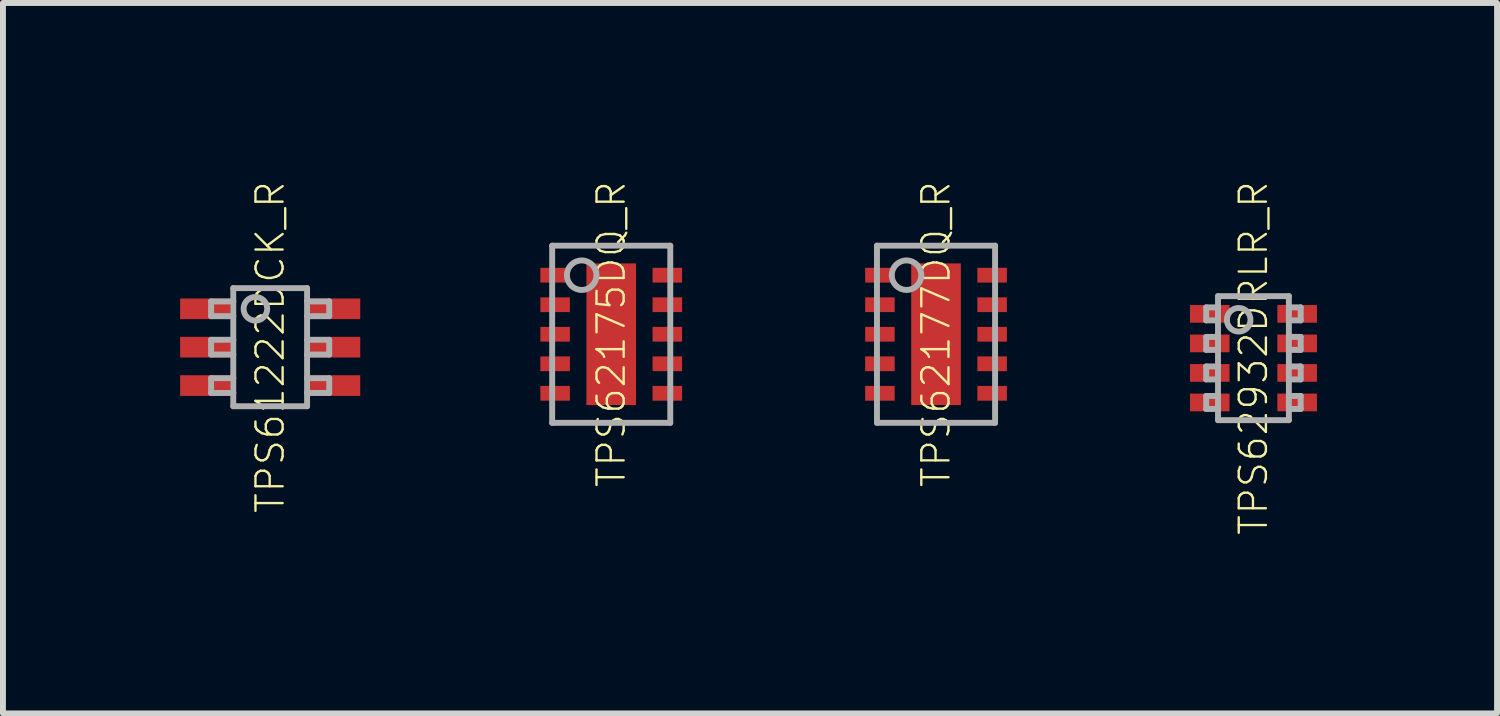
<source format=kicad_pcb>
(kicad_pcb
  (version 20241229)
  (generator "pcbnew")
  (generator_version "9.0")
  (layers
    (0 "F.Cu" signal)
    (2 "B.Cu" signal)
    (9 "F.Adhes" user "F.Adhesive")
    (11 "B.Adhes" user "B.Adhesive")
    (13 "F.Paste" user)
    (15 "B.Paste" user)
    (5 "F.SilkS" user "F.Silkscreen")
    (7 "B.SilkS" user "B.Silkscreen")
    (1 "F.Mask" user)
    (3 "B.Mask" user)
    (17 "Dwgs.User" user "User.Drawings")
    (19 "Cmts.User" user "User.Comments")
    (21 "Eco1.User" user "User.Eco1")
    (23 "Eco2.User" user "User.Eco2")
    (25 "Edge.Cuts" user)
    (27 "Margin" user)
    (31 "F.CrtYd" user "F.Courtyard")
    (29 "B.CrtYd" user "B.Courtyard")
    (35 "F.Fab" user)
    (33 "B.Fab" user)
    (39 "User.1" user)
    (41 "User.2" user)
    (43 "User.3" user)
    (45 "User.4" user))
  (footprint "TPS62177DQ_R"
    (layer "F.Cu")
    (at 12.8 2.61)
    (property "Reference" "TPS62177DQ_R" (at 0 0 90) (unlocked yes) (layer "F.SilkS") (effects (font (size 0.46 0.46) (thickness 0.04))))
    (fp_poly (pts (xy -1.25 -0.825) (xy -0.65 -0.825) (xy -0.65 -1.175) (xy -1.25 -1.175)) (stroke (width 0) (type default)) (fill yes) (layer "F.Mask"))
    (fp_poly (pts (xy -1.25 -0.325) (xy -0.65 -0.325) (xy -0.65 -0.675) (xy -1.25 -0.675)) (stroke (width 0) (type default)) (fill yes) (layer "F.Mask"))
    (fp_poly (pts (xy -1.25 0.175) (xy -0.65 0.175) (xy -0.65 -0.175) (xy -1.25 -0.175)) (stroke (width 0) (type default)) (fill yes) (layer "F.Mask"))
    (fp_poly (pts (xy -1.25 0.675) (xy -0.65 0.675) (xy -0.65 0.325) (xy -1.25 0.325)) (stroke (width 0) (type default)) (fill yes) (layer "F.Mask"))
    (fp_poly (pts (xy -1.25 1.175) (xy -0.65 1.175) (xy -0.65 0.825) (xy -1.25 0.825)) (stroke (width 0) (type default)) (fill yes) (layer "F.Mask"))
    (fp_poly (pts (xy 1.25 -1.175) (xy 0.65 -1.175) (xy 0.65 -0.825) (xy 1.25 -0.825)) (stroke (width 0) (type default)) (fill yes) (layer "F.Mask"))
    (fp_poly (pts (xy 1.25 -0.675) (xy 0.65 -0.675) (xy 0.65 -0.325) (xy 1.25 -0.325)) (stroke (width 0) (type default)) (fill yes) (layer "F.Mask"))
    (fp_poly (pts (xy 1.25 -0.175) (xy 0.65 -0.175) (xy 0.65 0.175) (xy 1.25 0.175)) (stroke (width 0) (type default)) (fill yes) (layer "F.Mask"))
    (fp_poly (pts (xy 1.25 0.325) (xy 0.65 0.325) (xy 0.65 0.675) (xy 1.25 0.675)) (stroke (width 0) (type default)) (fill yes) (layer "F.Mask"))
    (fp_poly (pts (xy 1.25 0.825) (xy 0.65 0.825) (xy 0.65 1.175) (xy 1.25 1.175)) (stroke (width 0) (type default)) (fill yes) (layer "F.Mask"))
    (fp_poly (pts (xy -0.42 -0.1) (xy 0.42 -0.1) (xy 0.42 -1.1) (xy -0.42 -1.1)) (stroke (width 0) (type default)) (fill yes) (layer "F.Paste"))
    (fp_poly (pts (xy -0.42 1.1) (xy 0.42 1.1) (xy 0.42 0.1) (xy -0.42 0.1)) (stroke (width 0) (type default)) (fill yes) (layer "F.Paste"))
    (fp_line (start -1 -1.5) (end -1 1.5) (stroke (width 0.1) (type solid)) (layer "F.Fab"))
    (fp_line (start -1 1.5) (end 1 1.5) (stroke (width 0.1) (type solid)) (layer "F.Fab"))
    (fp_line (start 1 -1.5) (end -1 -1.5) (stroke (width 0.1) (type solid)) (layer "F.Fab"))
    (fp_line (start 1 1.5) (end 1 -1.5) (stroke (width 0.1) (type solid)) (layer "F.Fab"))
    (fp_circle (center -0.5 -1) (end -0.25 -1) (stroke (width 0.1) (type solid)) (fill no) (layer "F.Fab"))
    (pad "0" smd rect (at 0 0) (size 0.84 2.4) (layers "F.Cu" "F.Mask"))
    (pad "1" smd rect (at -0.95 -1) (size 0.5 0.25) (layers "F.Cu" "F.Paste"))
    (pad "2" smd rect (at -0.95 -0.5) (size 0.5 0.25) (layers "F.Cu" "F.Paste"))
    (pad "3" smd rect (at -0.95 0) (size 0.5 0.25) (layers "F.Cu" "F.Paste"))
    (pad "4" smd rect (at -0.95 0.5) (size 0.5 0.25) (layers "F.Cu" "F.Paste"))
    (pad "5" smd rect (at -0.95 1) (size 0.5 0.25) (layers "F.Cu" "F.Paste"))
    (pad "6" smd rect (at 0.95 1) (size 0.5 0.25) (layers "F.Cu" "F.Paste"))
    (pad "7" smd rect (at 0.95 0.5) (size 0.5 0.25) (layers "F.Cu" "F.Paste"))
    (pad "8" smd rect (at 0.95 0) (size 0.5 0.25) (layers "F.Cu" "F.Paste"))
    (pad "9" smd rect (at 0.95 -0.5) (size 0.5 0.25) (layers "F.Cu" "F.Paste"))
    (pad "10" smd rect (at 0.95 -1) (size 0.5 0.25) (layers "F.Cu" "F.Paste")))
  (footprint "TPS62175DQ_R"
    (layer "F.Cu")
    (at 7.3 2.61)
    (property "Reference" "TPS62175DQ_R" (at 0 0 90) (unlocked yes) (layer "F.SilkS") (effects (font (size 0.46 0.46) (thickness 0.04))))
    (fp_poly (pts (xy -1.25 -0.825) (xy -0.65 -0.825) (xy -0.65 -1.175) (xy -1.25 -1.175)) (stroke (width 0) (type default)) (fill yes) (layer "F.Mask"))
    (fp_poly (pts (xy -1.25 -0.325) (xy -0.65 -0.325) (xy -0.65 -0.675) (xy -1.25 -0.675)) (stroke (width 0) (type default)) (fill yes) (layer "F.Mask"))
    (fp_poly (pts (xy -1.25 0.175) (xy -0.65 0.175) (xy -0.65 -0.175) (xy -1.25 -0.175)) (stroke (width 0) (type default)) (fill yes) (layer "F.Mask"))
    (fp_poly (pts (xy -1.25 0.675) (xy -0.65 0.675) (xy -0.65 0.325) (xy -1.25 0.325)) (stroke (width 0) (type default)) (fill yes) (layer "F.Mask"))
    (fp_poly (pts (xy -1.25 1.175) (xy -0.65 1.175) (xy -0.65 0.825) (xy -1.25 0.825)) (stroke (width 0) (type default)) (fill yes) (layer "F.Mask"))
    (fp_poly (pts (xy 1.25 -1.175) (xy 0.65 -1.175) (xy 0.65 -0.825) (xy 1.25 -0.825)) (stroke (width 0) (type default)) (fill yes) (layer "F.Mask"))
    (fp_poly (pts (xy 1.25 -0.675) (xy 0.65 -0.675) (xy 0.65 -0.325) (xy 1.25 -0.325)) (stroke (width 0) (type default)) (fill yes) (layer "F.Mask"))
    (fp_poly (pts (xy 1.25 -0.175) (xy 0.65 -0.175) (xy 0.65 0.175) (xy 1.25 0.175)) (stroke (width 0) (type default)) (fill yes) (layer "F.Mask"))
    (fp_poly (pts (xy 1.25 0.325) (xy 0.65 0.325) (xy 0.65 0.675) (xy 1.25 0.675)) (stroke (width 0) (type default)) (fill yes) (layer "F.Mask"))
    (fp_poly (pts (xy 1.25 0.825) (xy 0.65 0.825) (xy 0.65 1.175) (xy 1.25 1.175)) (stroke (width 0) (type default)) (fill yes) (layer "F.Mask"))
    (fp_poly (pts (xy -0.7 -0.875) (xy -1.2 -0.875) (xy -1.2 -1.125) (xy -0.7 -1.125)) (stroke (width 0) (type default)) (fill yes) (layer "F.Paste"))
    (fp_poly (pts (xy -0.7 -0.375) (xy -1.2 -0.375) (xy -1.2 -0.625) (xy -0.7 -0.625)) (stroke (width 0) (type default)) (fill yes) (layer "F.Paste"))
    (fp_poly (pts (xy -0.7 0.125) (xy -1.2 0.125) (xy -1.2 -0.125) (xy -0.7 -0.125)) (stroke (width 0) (type default)) (fill yes) (layer "F.Paste"))
    (fp_poly (pts (xy -0.7 0.625) (xy -1.2 0.625) (xy -1.2 0.375) (xy -0.7 0.375)) (stroke (width 0) (type default)) (fill yes) (layer "F.Paste"))
    (fp_poly (pts (xy -0.7 1.125) (xy -1.2 1.125) (xy -1.2 0.875) (xy -0.7 0.875)) (stroke (width 0) (type default)) (fill yes) (layer "F.Paste"))
    (fp_poly (pts (xy 0.34 -0.15) (xy -0.34 -0.15) (xy -0.34 -1.05) (xy 0.34 -1.05)) (stroke (width 0) (type default)) (fill yes) (layer "F.Paste"))
    (fp_poly (pts (xy 0.34 1.05) (xy -0.34 1.05) (xy -0.34 0.15) (xy 0.34 0.15)) (stroke (width 0) (type default)) (fill yes) (layer "F.Paste"))
    (fp_poly (pts (xy 1.2 -0.875) (xy 0.7 -0.875) (xy 0.7 -1.125) (xy 1.2 -1.125)) (stroke (width 0) (type default)) (fill yes) (layer "F.Paste"))
    (fp_poly (pts (xy 1.2 -0.375) (xy 0.7 -0.375) (xy 0.7 -0.625) (xy 1.2 -0.625)) (stroke (width 0) (type default)) (fill yes) (layer "F.Paste"))
    (fp_poly (pts (xy 1.2 0.125) (xy 0.7 0.125) (xy 0.7 -0.125) (xy 1.2 -0.125)) (stroke (width 0) (type default)) (fill yes) (layer "F.Paste"))
    (fp_poly (pts (xy 1.2 0.625) (xy 0.7 0.625) (xy 0.7 0.375) (xy 1.2 0.375)) (stroke (width 0) (type default)) (fill yes) (layer "F.Paste"))
    (fp_poly (pts (xy 1.2 1.125) (xy 0.7 1.125) (xy 0.7 0.875) (xy 1.2 0.875)) (stroke (width 0) (type default)) (fill yes) (layer "F.Paste"))
    (fp_line (start -1 -1.5) (end -1 1.5) (stroke (width 0.1) (type solid)) (layer "F.Fab"))
    (fp_line (start -1 1.5) (end 1 1.5) (stroke (width 0.1) (type solid)) (layer "F.Fab"))
    (fp_line (start 1 -1.5) (end -1 -1.5) (stroke (width 0.1) (type solid)) (layer "F.Fab"))
    (fp_line (start 1 1.5) (end 1 -1.5) (stroke (width 0.1) (type solid)) (layer "F.Fab"))
    (fp_circle (center -0.5 -1) (end -0.25 -1) (stroke (width 0.1) (type solid)) (fill no) (layer "F.Fab"))
    (pad "0" smd rect (at 0 0) (size 0.84 2.4) (layers "F.Cu" "F.Mask"))
    (pad "1" smd rect (at -0.95 -1) (size 0.5 0.25) (layers "F.Cu"))
    (pad "2" smd rect (at -0.95 -0.5) (size 0.5 0.25) (layers "F.Cu"))
    (pad "3" smd rect (at -0.95 0) (size 0.5 0.25) (layers "F.Cu"))
    (pad "4" smd rect (at -0.95 0.5) (size 0.5 0.25) (layers "F.Cu"))
    (pad "5" smd rect (at -0.95 1) (size 0.5 0.25) (layers "F.Cu"))
    (pad "6" smd rect (at 0.95 1) (size 0.5 0.25) (layers "F.Cu"))
    (pad "7" smd rect (at 0.95 0.5) (size 0.5 0.25) (layers "F.Cu"))
    (pad "8" smd rect (at 0.95 0) (size 0.5 0.25) (layers "F.Cu"))
    (pad "9" smd rect (at 0.95 -0.5) (size 0.5 0.25) (layers "F.Cu"))
    (pad "10" smd rect (at 0.95 -1) (size 0.5 0.25) (layers "F.Cu")))
  (footprint "TPS62932DRLR_R"
    (layer "F.Cu")
    (at 18.175 3.015)
    (property "Reference" "TPS62932DRLR_R" (at 0 0 90) (unlocked yes) (layer "F.SilkS") (effects (font (size 0.46 0.46) (thickness 0.04))))
    (fp_poly (pts (xy -1.125 -0.55) (xy -0.355 -0.55) (xy -0.355 -0.95) (xy -1.125 -0.95)) (stroke (width 0) (type default)) (fill yes) (layer "F.Mask"))
    (fp_poly (pts (xy -1.125 -0.05) (xy -0.355 -0.05) (xy -0.355 -0.45) (xy -1.125 -0.45)) (stroke (width 0) (type default)) (fill yes) (layer "F.Mask"))
    (fp_poly (pts (xy -1.125 0.45) (xy -0.355 0.45) (xy -0.355 0.05) (xy -1.125 0.05)) (stroke (width 0) (type default)) (fill yes) (layer "F.Mask"))
    (fp_poly (pts (xy -1.125 0.95) (xy -0.355 0.95) (xy -0.355 0.55) (xy -1.125 0.55)) (stroke (width 0) (type default)) (fill yes) (layer "F.Mask"))
    (fp_poly (pts (xy 1.125 -0.95) (xy 0.355 -0.95) (xy 0.355 -0.55) (xy 1.125 -0.55)) (stroke (width 0) (type default)) (fill yes) (layer "F.Mask"))
    (fp_poly (pts (xy 1.125 -0.45) (xy 0.355 -0.45) (xy 0.355 -0.05) (xy 1.125 -0.05)) (stroke (width 0) (type default)) (fill yes) (layer "F.Mask"))
    (fp_poly (pts (xy 1.125 0.05) (xy 0.355 0.05) (xy 0.355 0.45) (xy 1.125 0.45)) (stroke (width 0) (type default)) (fill yes) (layer "F.Mask"))
    (fp_poly (pts (xy 1.125 0.55) (xy 0.355 0.55) (xy 0.355 0.95) (xy 1.125 0.95)) (stroke (width 0) (type default)) (fill yes) (layer "F.Mask"))
    (fp_poly (pts (xy -0.405 -0.6) (xy -1.075 -0.6) (xy -1.075 -0.9) (xy -0.405 -0.9)) (stroke (width 0) (type default)) (fill yes) (layer "F.Paste"))
    (fp_poly (pts (xy -0.405 -0.1) (xy -1.075 -0.1) (xy -1.075 -0.4) (xy -0.405 -0.4)) (stroke (width 0) (type default)) (fill yes) (layer "F.Paste"))
    (fp_poly (pts (xy -0.405 0.4) (xy -1.075 0.4) (xy -1.075 0.1) (xy -0.405 0.1)) (stroke (width 0) (type default)) (fill yes) (layer "F.Paste"))
    (fp_poly (pts (xy -0.405 0.9) (xy -1.075 0.9) (xy -1.075 0.6) (xy -0.405 0.6)) (stroke (width 0) (type default)) (fill yes) (layer "F.Paste"))
    (fp_poly (pts (xy 1.075 -0.6) (xy 0.405 -0.6) (xy 0.405 -0.9) (xy 1.075 -0.9)) (stroke (width 0) (type default)) (fill yes) (layer "F.Paste"))
    (fp_poly (pts (xy 1.075 -0.1) (xy 0.405 -0.1) (xy 0.405 -0.4) (xy 1.075 -0.4)) (stroke (width 0) (type default)) (fill yes) (layer "F.Paste"))
    (fp_poly (pts (xy 1.075 0.4) (xy 0.405 0.4) (xy 0.405 0.1) (xy 1.075 0.1)) (stroke (width 0) (type default)) (fill yes) (layer "F.Paste"))
    (fp_poly (pts (xy 1.075 0.9) (xy 0.405 0.9) (xy 0.405 0.6) (xy 1.075 0.6)) (stroke (width 0) (type default)) (fill yes) (layer "F.Paste"))
    (fp_line (start -0.8 -0.86) (end -0.8 -0.64) (stroke (width 0.1) (type solid)) (layer "F.Fab"))
    (fp_line (start -0.8 -0.64) (end -0.6 -0.64) (stroke (width 0.1) (type solid)) (layer "F.Fab"))
    (fp_line (start -0.8 -0.36) (end -0.8 -0.14) (stroke (width 0.1) (type solid)) (layer "F.Fab"))
    (fp_line (start -0.8 -0.14) (end -0.6 -0.14) (stroke (width 0.1) (type solid)) (layer "F.Fab"))
    (fp_line (start -0.8 0.14) (end -0.8 0.36) (stroke (width 0.1) (type solid)) (layer "F.Fab"))
    (fp_line (start -0.8 0.36) (end -0.6 0.36) (stroke (width 0.1) (type solid)) (layer "F.Fab"))
    (fp_line (start -0.8 0.64) (end -0.8 0.86) (stroke (width 0.1) (type solid)) (layer "F.Fab"))
    (fp_line (start -0.8 0.86) (end -0.6 0.86) (stroke (width 0.1) (type solid)) (layer "F.Fab"))
    (fp_line (start -0.6 -1.05) (end -0.6 1.05) (stroke (width 0.1) (type solid)) (layer "F.Fab"))
    (fp_line (start -0.6 -0.86) (end -0.8 -0.86) (stroke (width 0.1) (type solid)) (layer "F.Fab"))
    (fp_line (start -0.6 -0.36) (end -0.8 -0.36) (stroke (width 0.1) (type solid)) (layer "F.Fab"))
    (fp_line (start -0.6 0.14) (end -0.8 0.14) (stroke (width 0.1) (type solid)) (layer "F.Fab"))
    (fp_line (start -0.6 0.64) (end -0.8 0.64) (stroke (width 0.1) (type solid)) (layer "F.Fab"))
    (fp_line (start -0.6 1.05) (end 0.6 1.05) (stroke (width 0.1) (type solid)) (layer "F.Fab"))
    (fp_line (start 0.6 -1.05) (end -0.6 -1.05) (stroke (width 0.1) (type solid)) (layer "F.Fab"))
    (fp_line (start 0.6 -0.64) (end 0.8 -0.64) (stroke (width 0.1) (type solid)) (layer "F.Fab"))
    (fp_line (start 0.6 -0.14) (end 0.8 -0.14) (stroke (width 0.1) (type solid)) (layer "F.Fab"))
    (fp_line (start 0.6 0.36) (end 0.8 0.36) (stroke (width 0.1) (type solid)) (layer "F.Fab"))
    (fp_line (start 0.6 0.86) (end 0.8 0.86) (stroke (width 0.1) (type solid)) (layer "F.Fab"))
    (fp_line (start 0.6 1.05) (end 0.6 -1.05) (stroke (width 0.1) (type solid)) (layer "F.Fab"))
    (fp_line (start 0.8 -0.86) (end 0.6 -0.86) (stroke (width 0.1) (type solid)) (layer "F.Fab"))
    (fp_line (start 0.8 -0.64) (end 0.8 -0.86) (stroke (width 0.1) (type solid)) (layer "F.Fab"))
    (fp_line (start 0.8 -0.36) (end 0.6 -0.36) (stroke (width 0.1) (type solid)) (layer "F.Fab"))
    (fp_line (start 0.8 -0.14) (end 0.8 -0.36) (stroke (width 0.1) (type solid)) (layer "F.Fab"))
    (fp_line (start 0.8 0.14) (end 0.6 0.14) (stroke (width 0.1) (type solid)) (layer "F.Fab"))
    (fp_line (start 0.8 0.36) (end 0.8 0.14) (stroke (width 0.1) (type solid)) (layer "F.Fab"))
    (fp_line (start 0.8 0.64) (end 0.6 0.64) (stroke (width 0.1) (type solid)) (layer "F.Fab"))
    (fp_line (start 0.8 0.86) (end 0.8 0.64) (stroke (width 0.1) (type solid)) (layer "F.Fab"))
    (fp_circle (center -0.25 -0.65) (end -0.05 -0.65) (stroke (width 0.1) (type solid)) (fill no) (layer "F.Fab"))
    (pad "1" smd rect (at -0.74 -0.75) (size 0.67 0.3) (layers "F.Cu"))
    (pad "2" smd rect (at -0.74 -0.25) (size 0.67 0.3) (layers "F.Cu"))
    (pad "3" smd rect (at -0.74 0.25) (size 0.67 0.3) (layers "F.Cu"))
    (pad "4" smd rect (at -0.74 0.75) (size 0.67 0.3) (layers "F.Cu"))
    (pad "5" smd rect (at 0.74 0.75 180) (size 0.67 0.3) (layers "F.Cu"))
    (pad "6" smd rect (at 0.74 0.25 180) (size 0.67 0.3) (layers "F.Cu"))
    (pad "7" smd rect (at 0.74 -0.25 180) (size 0.67 0.3) (layers "F.Cu"))
    (pad "8" smd rect (at 0.74 -0.75 180) (size 0.67 0.3) (layers "F.Cu")))
  (footprint "TPS61222DCK_R"
    (layer "F.Cu")
    (at 1.525 2.829)
    (property "Reference" "TPS61222DCK_R" (at 0 0 90) (unlocked yes) (layer "F.SilkS") (effects (font (size 0.46 0.46) (thickness 0.04))))
    (fp_line (start -1 -0.775) (end -1 -0.525) (stroke (width 0.1) (type solid)) (layer "F.Fab"))
    (fp_line (start -1 -0.525) (end -0.625 -0.525) (stroke (width 0.1) (type solid)) (layer "F.Fab"))
    (fp_line (start -1 -0.125) (end -1 0.125) (stroke (width 0.1) (type solid)) (layer "F.Fab"))
    (fp_line (start -1 0.125) (end -0.625 0.125) (stroke (width 0.1) (type solid)) (layer "F.Fab"))
    (fp_line (start -1 0.525) (end -1 0.775) (stroke (width 0.1) (type solid)) (layer "F.Fab"))
    (fp_line (start -1 0.775) (end -0.625 0.775) (stroke (width 0.1) (type solid)) (layer "F.Fab"))
    (fp_line (start -0.625 -1) (end -0.625 -0.775) (stroke (width 0.1) (type solid)) (layer "F.Fab"))
    (fp_line (start -0.625 -0.775) (end -1 -0.775) (stroke (width 0.1) (type solid)) (layer "F.Fab"))
    (fp_line (start -0.625 -0.775) (end -0.625 -0.525) (stroke (width 0.1) (type solid)) (layer "F.Fab"))
    (fp_line (start -0.625 -0.525) (end -0.625 -0.125) (stroke (width 0.1) (type solid)) (layer "F.Fab"))
    (fp_line (start -0.625 -0.125) (end -1 -0.125) (stroke (width 0.1) (type solid)) (layer "F.Fab"))
    (fp_line (start -0.625 -0.125) (end -0.625 0.125) (stroke (width 0.1) (type solid)) (layer "F.Fab"))
    (fp_line (start -0.625 0.125) (end -0.625 0.525) (stroke (width 0.1) (type solid)) (layer "F.Fab"))
    (fp_line (start -0.625 0.525) (end -1 0.525) (stroke (width 0.1) (type solid)) (layer "F.Fab"))
    (fp_line (start -0.625 0.525) (end -0.625 0.775) (stroke (width 0.1) (type solid)) (layer "F.Fab"))
    (fp_line (start -0.625 1) (end -0.625 0.775) (stroke (width 0.1) (type solid)) (layer "F.Fab"))
    (fp_line (start -0.625 1) (end 0.625 1) (stroke (width 0.1) (type solid)) (layer "F.Fab"))
    (fp_line (start 0.625 -1) (end -0.625 -1) (stroke (width 0.1) (type solid)) (layer "F.Fab"))
    (fp_line (start 0.625 -0.775) (end 0.625 -1) (stroke (width 0.1) (type solid)) (layer "F.Fab"))
    (fp_line (start 0.625 -0.525) (end 0.625 -0.775) (stroke (width 0.1) (type solid)) (layer "F.Fab"))
    (fp_line (start 0.625 -0.525) (end 1 -0.525) (stroke (width 0.1) (type solid)) (layer "F.Fab"))
    (fp_line (start 0.625 -0.125) (end 0.625 -0.525) (stroke (width 0.1) (type solid)) (layer "F.Fab"))
    (fp_line (start 0.625 0.125) (end 0.625 -0.125) (stroke (width 0.1) (type solid)) (layer "F.Fab"))
    (fp_line (start 0.625 0.125) (end 1 0.125) (stroke (width 0.1) (type solid)) (layer "F.Fab"))
    (fp_line (start 0.625 0.525) (end 0.625 0.125) (stroke (width 0.1) (type solid)) (layer "F.Fab"))
    (fp_line (start 0.625 0.775) (end 0.625 0.525) (stroke (width 0.1) (type solid)) (layer "F.Fab"))
    (fp_line (start 0.625 0.775) (end 1 0.775) (stroke (width 0.1) (type solid)) (layer "F.Fab"))
    (fp_line (start 0.625 1) (end 0.625 0.775) (stroke (width 0.1) (type solid)) (layer "F.Fab"))
    (fp_line (start 1 -0.775) (end 0.625 -0.775) (stroke (width 0.1) (type solid)) (layer "F.Fab"))
    (fp_line (start 1 -0.525) (end 1 -0.775) (stroke (width 0.1) (type solid)) (layer "F.Fab"))
    (fp_line (start 1 -0.125) (end 0.625 -0.125) (stroke (width 0.1) (type solid)) (layer "F.Fab"))
    (fp_line (start 1 0.125) (end 1 -0.125) (stroke (width 0.1) (type solid)) (layer "F.Fab"))
    (fp_line (start 1 0.525) (end 0.625 0.525) (stroke (width 0.1) (type solid)) (layer "F.Fab"))
    (fp_line (start 1 0.775) (end 1 0.525) (stroke (width 0.1) (type solid)) (layer "F.Fab"))
    (fp_circle (center -0.25 -0.65) (end -0.05 -0.65) (stroke (width 0.1) (type solid)) (fill no) (layer "F.Fab"))
    (pad "1" smd rect (at -1.1 -0.65) (size 0.85 0.35) (layers "F.Cu" "F.Mask" "F.Paste"))
    (pad "2" smd rect (at -1.1 0) (size 0.85 0.35) (layers "F.Cu" "F.Mask" "F.Paste"))
    (pad "3" smd rect (at -1.1 0.65) (size 0.85 0.35) (layers "F.Cu" "F.Mask" "F.Paste"))
    (pad "4" smd rect (at 1.1 0.65) (size 0.85 0.35) (layers "F.Cu" "F.Mask" "F.Paste"))
    (pad "5" smd rect (at 1.1 0) (size 0.85 0.35) (layers "F.Cu" "F.Mask" "F.Paste"))
    (pad "6" smd rect (at 1.1 -0.65) (size 0.85 0.35) (layers "F.Cu" "F.Mask" "F.Paste")))
  (gr_rect
    (start -3 -3)
    (end 22.3 9.03)
    (stroke (width 0.1) (type default))
    (fill no)
    (layer "Edge.Cuts")))
</source>
